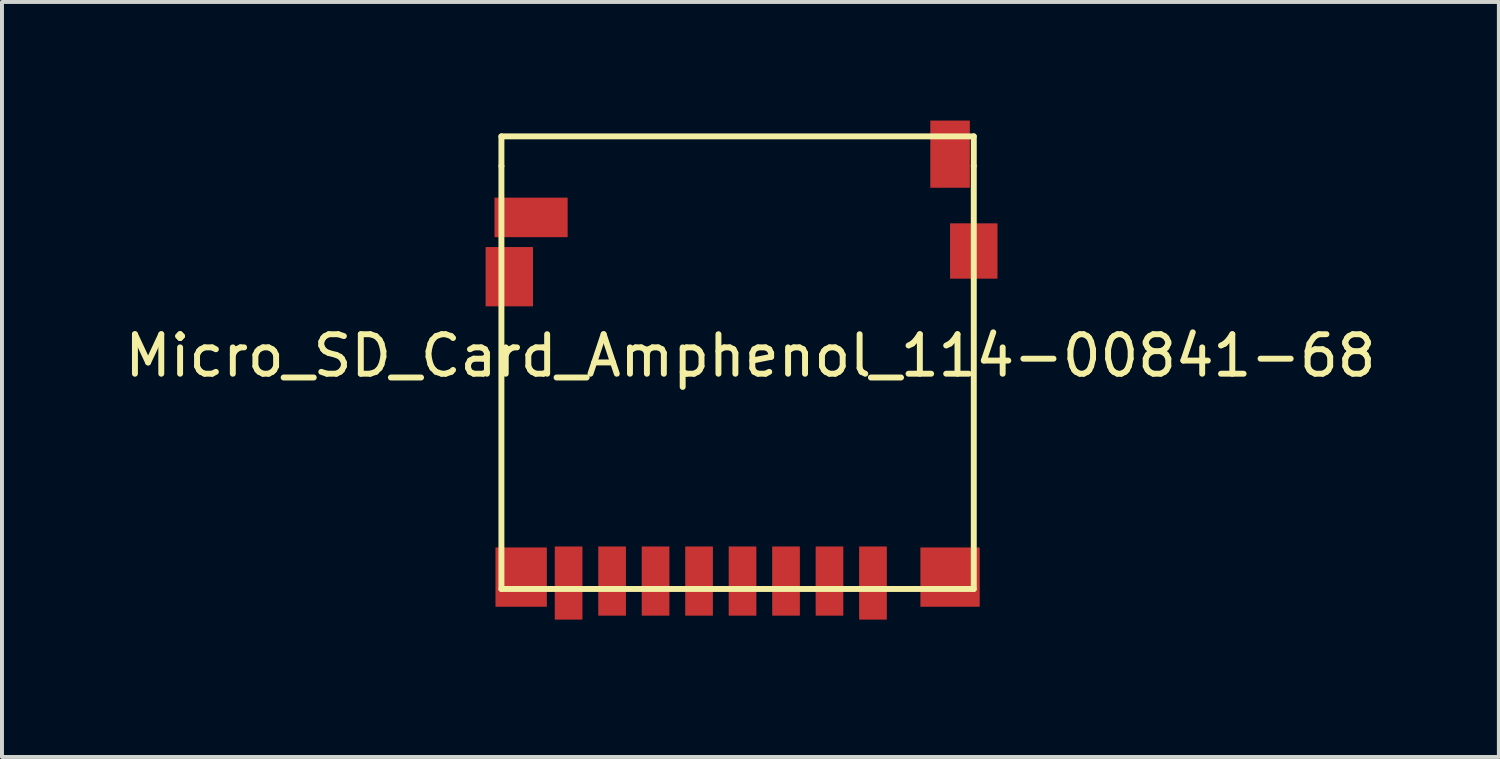
<source format=kicad_pcb>
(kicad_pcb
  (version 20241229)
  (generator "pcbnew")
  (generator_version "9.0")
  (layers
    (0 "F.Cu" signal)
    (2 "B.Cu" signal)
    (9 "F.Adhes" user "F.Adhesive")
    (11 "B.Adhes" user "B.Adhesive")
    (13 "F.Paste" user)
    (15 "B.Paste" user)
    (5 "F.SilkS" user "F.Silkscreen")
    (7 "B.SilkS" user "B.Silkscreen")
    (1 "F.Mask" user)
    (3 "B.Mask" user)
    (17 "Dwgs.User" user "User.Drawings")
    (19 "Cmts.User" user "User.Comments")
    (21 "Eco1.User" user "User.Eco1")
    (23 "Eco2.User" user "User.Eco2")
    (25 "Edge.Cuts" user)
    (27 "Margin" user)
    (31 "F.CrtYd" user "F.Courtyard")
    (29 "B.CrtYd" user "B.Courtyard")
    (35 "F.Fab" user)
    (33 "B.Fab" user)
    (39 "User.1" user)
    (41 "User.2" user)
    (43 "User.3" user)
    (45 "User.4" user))
  (footprint "Micro_SD_Card_Amphenol_114-00841-68"
    (layer "F.Cu")
    (at 20.435 12.85)
    (property "Reference" "Micro_SD_Card_Amphenol_114-00841-68" (at -4.5 -6.9 0) (layer "F.SilkS") (effects (font (size 1 1) (thickness 0.15))))
    (attr through_hole)
    (fp_line (start -10.8 -12.45) (end 1.15 -12.45) (stroke (width 0.15) (type solid)) (layer "F.SilkS"))
    (fp_line (start -10.8 -11.7) (end -10.8 -12.45) (stroke (width 0.15) (type solid)) (layer "F.SilkS"))
    (fp_line (start -10.8 -1) (end -10.8 -11.7) (stroke (width 0.15) (type solid)) (layer "F.SilkS"))
    (fp_line (start 1.15 -11.7) (end 1.15 -12.45) (stroke (width 0.15) (type solid)) (layer "F.SilkS"))
    (fp_line (start 1.15 -11.7) (end 1.15 -1) (stroke (width 0.15) (type solid)) (layer "F.SilkS"))
    (fp_line (start 1.15 -1) (end -10.8 -1) (stroke (width 0.15) (type solid)) (layer "F.SilkS"))
    (pad "1" smd rect (at -1.4 -1.15) (size 0.7 1.85) (layers "F.Cu" "F.Mask" "F.Paste"))
    (pad "2" smd rect (at -2.5 -1.2) (size 0.7 1.75) (layers "F.Cu" "F.Mask" "F.Paste"))
    (pad "3" smd rect (at -3.6 -1.2) (size 0.7 1.75) (layers "F.Cu" "F.Mask" "F.Paste"))
    (pad "4" smd rect (at -4.7 -1.2) (size 0.7 1.75) (layers "F.Cu" "F.Mask" "F.Paste"))
    (pad "5" smd rect (at -5.8 -1.2) (size 0.7 1.75) (layers "F.Cu" "F.Mask" "F.Paste"))
    (pad "6" smd rect (at -6.9 -1.2) (size 0.7 1.75) (layers "F.Cu" "F.Mask" "F.Paste"))
    (pad "7" smd rect (at -8 -1.2) (size 0.7 1.75) (layers "F.Cu" "F.Mask" "F.Paste"))
    (pad "8" smd rect (at -9.1 -1.15) (size 0.7 1.85) (layers "F.Cu" "F.Mask" "F.Paste"))
    (pad "9" smd rect (at -10.05 -10.4) (size 1.85 1) (layers "F.Cu" "F.Mask" "F.Paste"))
    (pad "9" smd rect (at 0.55 -12) (size 1 1.7) (layers "F.Cu" "F.Mask" "F.Paste"))
    (pad "10" smd rect (at -10.6 -8.9) (size 1.2 1.5) (layers "F.Cu" "F.Mask" "F.Paste"))
    (pad "10" smd rect (at -10.3 -1.3) (size 1.3 1.5) (layers "F.Cu" "F.Mask" "F.Paste"))
    (pad "10" smd rect (at 0.55 -1.3) (size 1.5 1.5) (layers "F.Cu" "F.Mask" "F.Paste"))
    (pad "10" smd rect (at 1.15 -9.55) (size 1.2 1.4) (layers "F.Cu" "F.Mask" "F.Paste")))
  (gr_rect
    (start -3 -3)
    (end 34.869 16.1)
    (stroke (width 0.1) (type default))
    (fill no)
    (layer "Edge.Cuts")))
</source>
